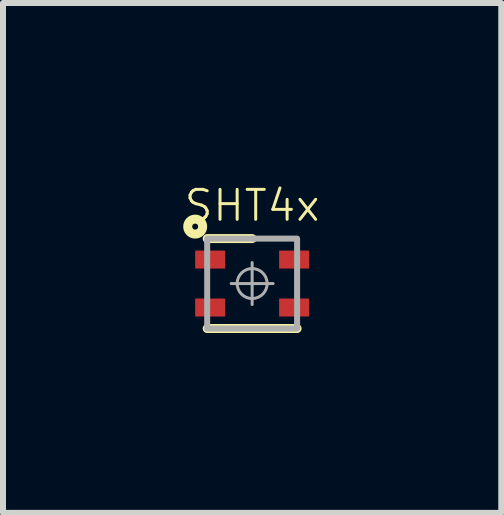
<source format=kicad_pcb>
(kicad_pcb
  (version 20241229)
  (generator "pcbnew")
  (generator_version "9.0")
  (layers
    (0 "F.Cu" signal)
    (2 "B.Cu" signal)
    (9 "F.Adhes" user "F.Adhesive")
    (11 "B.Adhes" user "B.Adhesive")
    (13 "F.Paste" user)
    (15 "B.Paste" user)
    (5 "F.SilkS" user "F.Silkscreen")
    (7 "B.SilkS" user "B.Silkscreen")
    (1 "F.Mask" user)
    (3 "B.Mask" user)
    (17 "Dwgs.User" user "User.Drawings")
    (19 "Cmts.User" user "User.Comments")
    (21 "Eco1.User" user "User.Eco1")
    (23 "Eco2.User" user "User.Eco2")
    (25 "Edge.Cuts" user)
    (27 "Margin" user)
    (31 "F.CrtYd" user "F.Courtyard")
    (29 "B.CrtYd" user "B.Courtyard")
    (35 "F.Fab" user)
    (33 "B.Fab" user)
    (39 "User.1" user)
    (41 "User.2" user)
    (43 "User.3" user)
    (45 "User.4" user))
  (footprint "SHT4x"
    (layer "F.Cu")
    (at 1.156 1.68)
    (property "Reference" "SHT4x" (at 0 -1.3 0) (unlocked yes) (layer "F.SilkS") (effects (font (size 0.5 0.5) (thickness 0.05))))
    (attr smd)
    (fp_line (start -0.75 -0.75) (end 0 -0.75) (stroke (width 0.15) (type default)) (layer "F.SilkS"))
    (fp_line (start 0.75 0.75) (end -0.75 0.75) (stroke (width 0.15) (type default)) (layer "F.SilkS"))
    (fp_circle (center -0.95 -0.95) (end -0.9 -0.95) (stroke (width 0.15) (type default)) (fill no) (layer "F.SilkS"))
    (fp_line (start -0.35 0) (end 0.35 0) (stroke (width 0.05) (type solid)) (layer "F.Fab"))
    (fp_line (start 0 -0.35) (end 0 0.35) (stroke (width 0.05) (type solid)) (layer "F.Fab"))
    (fp_rect (start -0.75 -0.75) (end 0.75 0.75) (stroke (width 0.1) (type default)) (fill no) (layer "F.Fab"))
    (fp_circle (center 0 0) (end 0.25 0) (stroke (width 0.05) (type solid)) (fill no) (layer "F.Fab"))
    (pad "1" smd rect (at -0.7 -0.4) (size 0.5 0.3) (layers "F.Cu" "F.Mask" "F.Paste"))
    (pad "2" smd rect (at -0.7 0.4) (size 0.5 0.3) (layers "F.Cu" "F.Mask" "F.Paste"))
    (pad "3" smd rect (at 0.7 0.4) (size 0.5 0.3) (layers "F.Cu" "F.Mask" "F.Paste"))
    (pad "4" smd rect (at 0.7 -0.4) (size 0.5 0.3) (layers "F.Cu" "F.Mask" "F.Paste")))
  (gr_rect
    (start -3 -3)
    (end 5.312 5.505)
    (stroke (width 0.1) (type default))
    (fill no)
    (layer "Edge.Cuts")))
</source>
